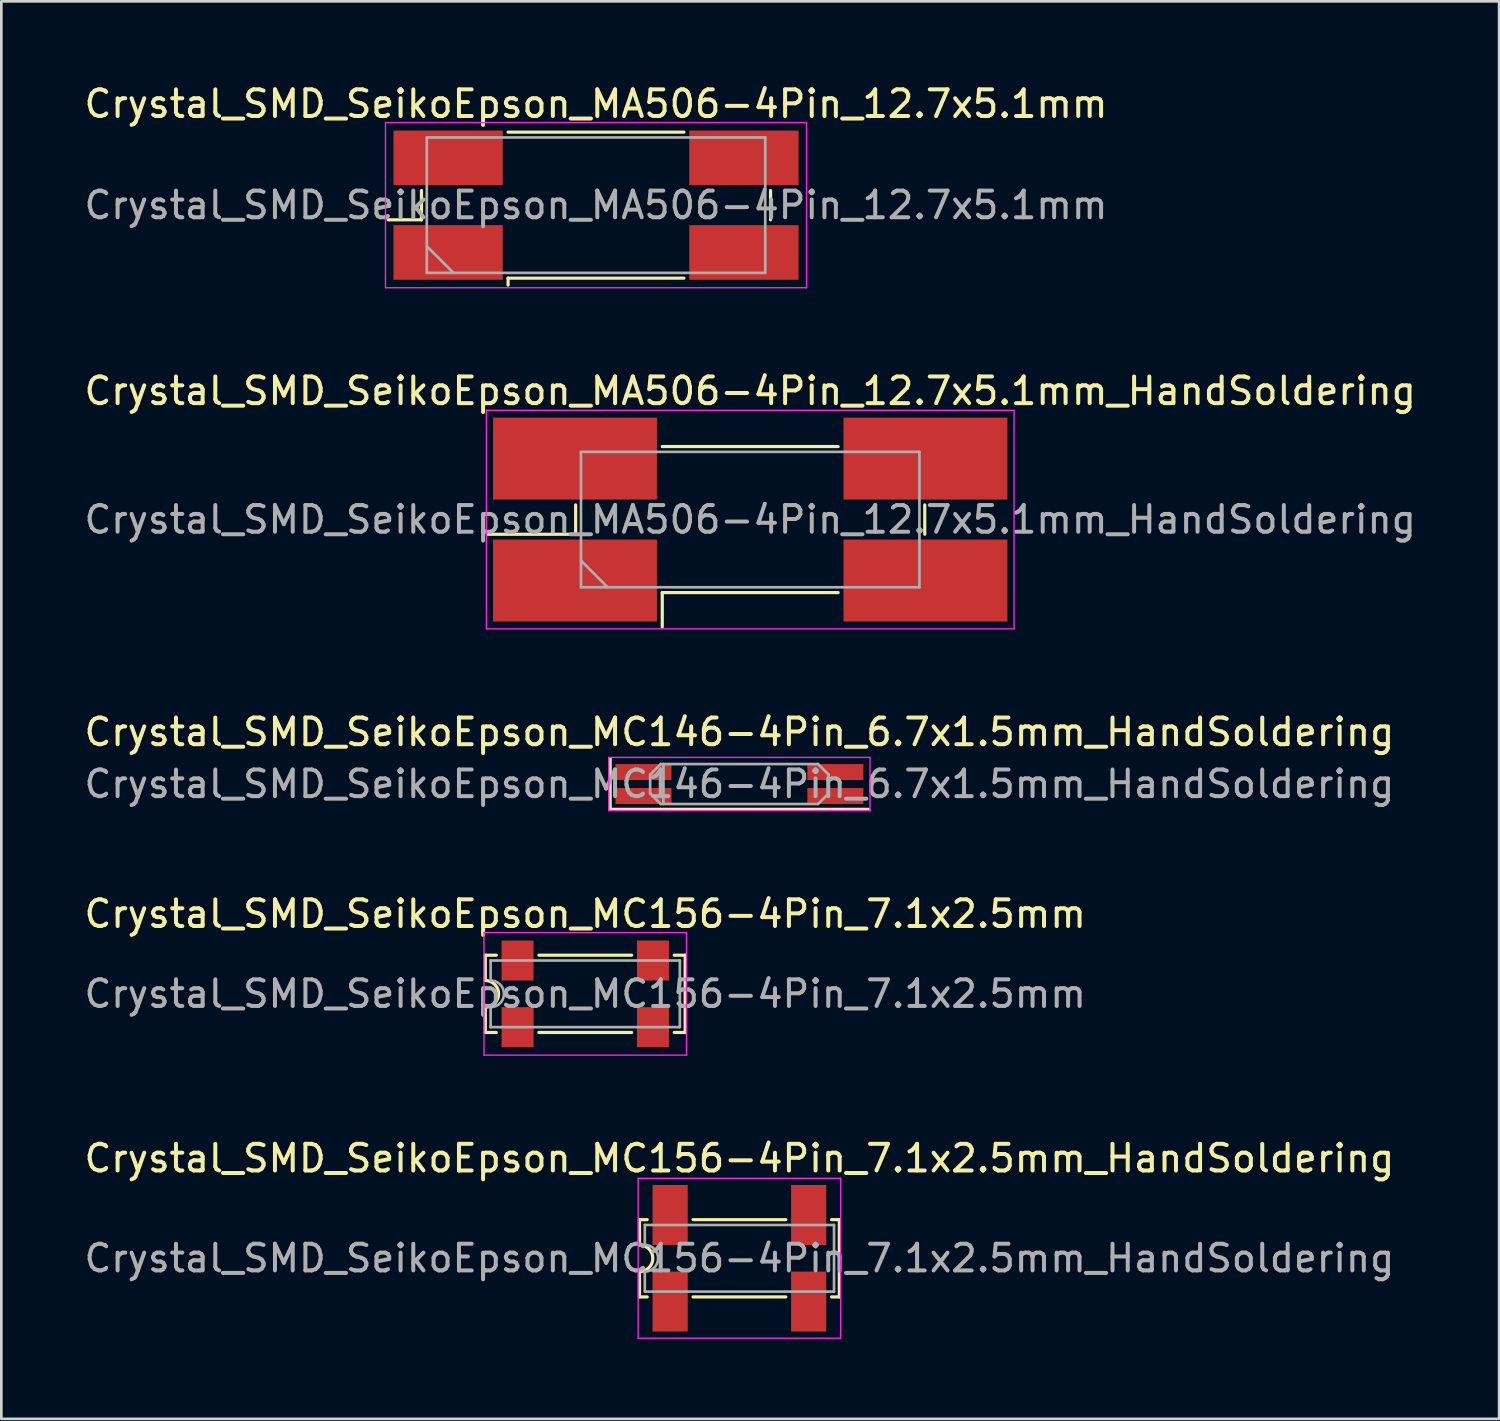
<source format=kicad_pcb>
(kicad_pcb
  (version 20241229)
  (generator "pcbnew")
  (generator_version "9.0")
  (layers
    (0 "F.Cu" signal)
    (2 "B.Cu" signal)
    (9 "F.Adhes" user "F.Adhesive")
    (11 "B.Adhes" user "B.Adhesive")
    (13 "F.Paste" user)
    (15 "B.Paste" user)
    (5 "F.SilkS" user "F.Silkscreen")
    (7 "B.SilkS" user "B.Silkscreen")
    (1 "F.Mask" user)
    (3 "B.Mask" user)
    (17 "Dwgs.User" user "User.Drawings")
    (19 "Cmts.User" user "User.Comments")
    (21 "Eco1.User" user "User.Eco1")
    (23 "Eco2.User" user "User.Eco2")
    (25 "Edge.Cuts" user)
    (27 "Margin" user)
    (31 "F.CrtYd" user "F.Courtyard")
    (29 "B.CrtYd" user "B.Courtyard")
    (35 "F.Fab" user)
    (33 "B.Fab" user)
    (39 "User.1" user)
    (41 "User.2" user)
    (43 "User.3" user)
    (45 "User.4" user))
  (footprint "Crystal_SMD_SeikoEpson_MC156-4Pin_7.1x2.5mm_HandSoldering"
    (layer "F.Cu")
    (at 24.696 44.166)
    (property "Reference" "Crystal_SMD_SeikoEpson_MC156-4Pin_7.1x2.5mm_HandSoldering" (at 0 -3.75 0) (layer "F.SilkS") (effects (font (size 1 1) (thickness 0.15))))
    (attr smd)
    (fp_line (start -3.75 -1.45) (end -3.46 -1.45) (stroke (width 0.12) (type solid)) (layer "F.SilkS"))
    (fp_line (start -3.75 -0.5) (end -3.75 -1.45) (stroke (width 0.12) (type solid)) (layer "F.SilkS"))
    (fp_line (start -3.75 1.45) (end -3.75 0.5) (stroke (width 0.12) (type solid)) (layer "F.SilkS"))
    (fp_line (start -3.75 1.45) (end -3.46 1.45) (stroke (width 0.12) (type solid)) (layer "F.SilkS"))
    (fp_line (start -1.74 -1.45) (end 1.74 -1.45) (stroke (width 0.12) (type solid)) (layer "F.SilkS"))
    (fp_line (start 1.74 1.45) (end -1.74 1.45) (stroke (width 0.12) (type solid)) (layer "F.SilkS"))
    (fp_line (start 3.46 -1.45) (end 3.75 -1.45) (stroke (width 0.12) (type solid)) (layer "F.SilkS"))
    (fp_line (start 3.75 -1.45) (end 3.75 1.45) (stroke (width 0.12) (type solid)) (layer "F.SilkS"))
    (fp_line (start 3.75 1.45) (end 3.46 1.45) (stroke (width 0.12) (type solid)) (layer "F.SilkS"))
    (fp_arc (start -3.75 -0.5) (mid -3.25 0) (end -3.75 0.5) (stroke (width 0.12) (type solid)) (layer "F.SilkS"))
    (fp_line (start -3.8 -3) (end -3.8 3) (stroke (width 0.05) (type solid)) (layer "F.CrtYd"))
    (fp_line (start -3.8 3) (end 3.8 3) (stroke (width 0.05) (type solid)) (layer "F.CrtYd"))
    (fp_line (start 3.8 -3) (end -3.8 -3) (stroke (width 0.05) (type solid)) (layer "F.CrtYd"))
    (fp_line (start 3.8 3) (end 3.8 -3) (stroke (width 0.05) (type solid)) (layer "F.CrtYd"))
    (fp_line (start -3.55 -1.25) (end 3.55 -1.25) (stroke (width 0.1) (type solid)) (layer "F.Fab"))
    (fp_line (start -3.55 -0.5) (end -3.55 -1.25) (stroke (width 0.1) (type solid)) (layer "F.Fab"))
    (fp_line (start -3.55 1.25) (end -3.55 0.5) (stroke (width 0.1) (type solid)) (layer "F.Fab"))
    (fp_line (start 3.55 -1.25) (end 3.55 1.25) (stroke (width 0.1) (type solid)) (layer "F.Fab"))
    (fp_line (start 3.55 1.25) (end -3.55 1.25) (stroke (width 0.1) (type solid)) (layer "F.Fab"))
    (fp_arc (start -3.55 -0.5) (mid -3.05 0) (end -3.55 0.5) (stroke (width 0.1) (type solid)) (layer "F.Fab"))
    (fp_text user "${REFERENCE}" (at 0 0 0) (layer "F.Fab") (effects (font (size 1 1) (thickness 0.15))))
    (pad "1" smd rect (at -2.6 1.625) (size 1.32 2.25) (layers "F.Cu" "F.Mask" "F.Paste"))
    (pad "2" smd rect (at 2.6 1.625) (size 1.32 2.25) (layers "F.Cu" "F.Mask" "F.Paste"))
    (pad "3" smd rect (at 2.6 -1.625) (size 1.32 2.25) (layers "F.Cu" "F.Mask" "F.Paste"))
    (pad "4" smd rect (at -2.6 -1.625) (size 1.32 2.25) (layers "F.Cu" "F.Mask" "F.Paste")))
  (footprint "Crystal_SMD_SeikoEpson_MC156-4Pin_7.1x2.5mm"
    (layer "F.Cu")
    (at 18.911 34.243)
    (property "Reference" "Crystal_SMD_SeikoEpson_MC156-4Pin_7.1x2.5mm" (at 0 -3 0) (layer "F.SilkS") (effects (font (size 1 1) (thickness 0.15))))
    (attr smd)
    (fp_line (start -3.75 -1.45) (end -3.34 -1.45) (stroke (width 0.12) (type solid)) (layer "F.SilkS"))
    (fp_line (start -3.75 -0.5) (end -3.75 -1.45) (stroke (width 0.12) (type solid)) (layer "F.SilkS"))
    (fp_line (start -3.75 1.45) (end -3.75 0.5) (stroke (width 0.12) (type solid)) (layer "F.SilkS"))
    (fp_line (start -3.75 1.45) (end -3.34 1.45) (stroke (width 0.12) (type solid)) (layer "F.SilkS"))
    (fp_line (start -1.74 -1.45) (end 1.74 -1.45) (stroke (width 0.12) (type solid)) (layer "F.SilkS"))
    (fp_line (start 1.74 1.45) (end -1.74 1.45) (stroke (width 0.12) (type solid)) (layer "F.SilkS"))
    (fp_line (start 3.34 -1.45) (end 3.75 -1.45) (stroke (width 0.12) (type solid)) (layer "F.SilkS"))
    (fp_line (start 3.75 -1.45) (end 3.75 1.45) (stroke (width 0.12) (type solid)) (layer "F.SilkS"))
    (fp_line (start 3.75 1.45) (end 3.34 1.45) (stroke (width 0.12) (type solid)) (layer "F.SilkS"))
    (fp_arc (start -3.75 -0.5) (mid -3.25 0) (end -3.75 0.5) (stroke (width 0.12) (type solid)) (layer "F.SilkS"))
    (fp_line (start -3.8 -2.3) (end -3.8 2.3) (stroke (width 0.05) (type solid)) (layer "F.CrtYd"))
    (fp_line (start -3.8 2.3) (end 3.8 2.3) (stroke (width 0.05) (type solid)) (layer "F.CrtYd"))
    (fp_line (start 3.8 -2.3) (end -3.8 -2.3) (stroke (width 0.05) (type solid)) (layer "F.CrtYd"))
    (fp_line (start 3.8 2.3) (end 3.8 -2.3) (stroke (width 0.05) (type solid)) (layer "F.CrtYd"))
    (fp_line (start -3.55 -1.25) (end 3.55 -1.25) (stroke (width 0.1) (type solid)) (layer "F.Fab"))
    (fp_line (start -3.55 -0.5) (end -3.55 -1.25) (stroke (width 0.1) (type solid)) (layer "F.Fab"))
    (fp_line (start -3.55 1.25) (end -3.55 0.5) (stroke (width 0.1) (type solid)) (layer "F.Fab"))
    (fp_line (start 3.55 -1.25) (end 3.55 1.25) (stroke (width 0.1) (type solid)) (layer "F.Fab"))
    (fp_line (start 3.55 1.25) (end -3.55 1.25) (stroke (width 0.1) (type solid)) (layer "F.Fab"))
    (fp_arc (start -3.55 -0.5) (mid -3.05 0) (end -3.55 0.5) (stroke (width 0.1) (type solid)) (layer "F.Fab"))
    (fp_text user "${REFERENCE}" (at 0 0 0) (layer "F.Fab") (effects (font (size 1 1) (thickness 0.15))))
    (pad "1" smd rect (at -2.54 1.25) (size 1.2 1.5) (layers "F.Cu" "F.Mask" "F.Paste"))
    (pad "2" smd rect (at 2.54 1.25) (size 1.2 1.5) (layers "F.Cu" "F.Mask" "F.Paste"))
    (pad "3" smd rect (at 2.54 -1.25) (size 1.2 1.5) (layers "F.Cu" "F.Mask" "F.Paste"))
    (pad "4" smd rect (at -2.54 -1.25) (size 1.2 1.5) (layers "F.Cu" "F.Mask" "F.Paste")))
  (footprint "Crystal_SMD_SeikoEpson_MC146-4Pin_6.7x1.5mm_HandSoldering"
    (layer "F.Cu")
    (at 24.696 26.37)
    (property "Reference" "Crystal_SMD_SeikoEpson_MC146-4Pin_6.7x1.5mm_HandSoldering" (at 0 -1.95 0) (layer "F.SilkS") (effects (font (size 1 1) (thickness 0.15))))
    (attr smd)
    (fp_line (start -4.85 -0.95) (end -4.85 0.95) (stroke (width 0.12) (type solid)) (layer "F.SilkS"))
    (fp_line (start -4.85 0.95) (end 4.85 0.95) (stroke (width 0.12) (type solid)) (layer "F.SilkS"))
    (fp_line (start -4.9 -1) (end -4.9 1) (stroke (width 0.05) (type solid)) (layer "F.CrtYd"))
    (fp_line (start -4.9 1) (end 4.9 1) (stroke (width 0.05) (type solid)) (layer "F.CrtYd"))
    (fp_line (start 4.9 -1) (end -4.9 -1) (stroke (width 0.05) (type solid)) (layer "F.CrtYd"))
    (fp_line (start 4.9 1) (end 4.9 -1) (stroke (width 0.05) (type solid)) (layer "F.CrtYd"))
    (fp_line (start -3.35 -0.35) (end -2.95 -0.75) (stroke (width 0.1) (type solid)) (layer "F.Fab"))
    (fp_line (start -3.35 0.35) (end -3.35 -0.35) (stroke (width 0.1) (type solid)) (layer "F.Fab"))
    (fp_line (start -2.95 -0.75) (end 2.95 -0.75) (stroke (width 0.1) (type solid)) (layer "F.Fab"))
    (fp_line (start -2.95 0.75) (end -3.35 0.35) (stroke (width 0.1) (type solid)) (layer "F.Fab"))
    (fp_line (start -2.85 -0.75) (end -2.85 0.75) (stroke (width 0.1) (type solid)) (layer "F.Fab"))
    (fp_line (start 2.95 -0.75) (end 3.35 -0.35) (stroke (width 0.1) (type solid)) (layer "F.Fab"))
    (fp_line (start 2.95 0.75) (end -2.95 0.75) (stroke (width 0.1) (type solid)) (layer "F.Fab"))
    (fp_line (start 3.35 -0.35) (end 3.35 0.35) (stroke (width 0.1) (type solid)) (layer "F.Fab"))
    (fp_line (start 3.35 0.35) (end 2.95 0.75) (stroke (width 0.1) (type solid)) (layer "F.Fab"))
    (fp_text user "${REFERENCE}" (at 0 0 0) (layer "F.Fab") (effects (font (size 1 1) (thickness 0.15))))
    (pad "1" smd rect (at -3.6 0.45) (size 2.1 0.6) (layers "F.Cu" "F.Mask" "F.Paste"))
    (pad "2" smd rect (at 3.6 0.45) (size 2.1 0.6) (layers "F.Cu" "F.Mask" "F.Paste"))
    (pad "3" smd rect (at 3.6 -0.45) (size 2.1 0.6) (layers "F.Cu" "F.Mask" "F.Paste"))
    (pad "4" smd rect (at -3.6 -0.45) (size 2.1 0.6) (layers "F.Cu" "F.Mask" "F.Paste")))
  (footprint "Crystal_SMD_SeikoEpson_MA506-4Pin_12.7x5.1mm"
    (layer "F.Cu")
    (at 19.315 4.648)
    (property "Reference" "Crystal_SMD_SeikoEpson_MA506-4Pin_12.7x5.1mm" (at 0 -3.8 0) (layer "F.SilkS") (effects (font (size 1 1) (thickness 0.15))))
    (attr smd)
    (fp_line (start -7.8 0.55) (end -6.55 0.55) (stroke (width 0.12) (type solid)) (layer "F.SilkS"))
    (fp_line (start -6.55 0.55) (end -6.55 -0.55) (stroke (width 0.12) (type solid)) (layer "F.SilkS"))
    (fp_line (start -3.3 -2.74) (end 3.3 -2.74) (stroke (width 0.12) (type solid)) (layer "F.SilkS"))
    (fp_line (start -3.3 2.74) (end -3.3 3) (stroke (width 0.12) (type solid)) (layer "F.SilkS"))
    (fp_line (start 3.3 2.74) (end -3.3 2.74) (stroke (width 0.12) (type solid)) (layer "F.SilkS"))
    (fp_line (start 6.55 -0.55) (end 6.55 0.55) (stroke (width 0.12) (type solid)) (layer "F.SilkS"))
    (fp_line (start -7.9 -3.1) (end -7.9 3.1) (stroke (width 0.05) (type solid)) (layer "F.CrtYd"))
    (fp_line (start -7.9 3.1) (end 7.9 3.1) (stroke (width 0.05) (type solid)) (layer "F.CrtYd"))
    (fp_line (start 7.9 -3.1) (end -7.9 -3.1) (stroke (width 0.05) (type solid)) (layer "F.CrtYd"))
    (fp_line (start 7.9 3.1) (end 7.9 -3.1) (stroke (width 0.05) (type solid)) (layer "F.CrtYd"))
    (fp_line (start -6.35 -2.54) (end -6.35 2.54) (stroke (width 0.1) (type solid)) (layer "F.Fab"))
    (fp_line (start -6.35 1.54) (end -5.35 2.54) (stroke (width 0.1) (type solid)) (layer "F.Fab"))
    (fp_line (start -6.35 2.54) (end 6.35 2.54) (stroke (width 0.1) (type solid)) (layer "F.Fab"))
    (fp_line (start 6.35 -2.54) (end -6.35 -2.54) (stroke (width 0.1) (type solid)) (layer "F.Fab"))
    (fp_line (start 6.35 2.54) (end 6.35 -2.54) (stroke (width 0.1) (type solid)) (layer "F.Fab"))
    (fp_text user "${REFERENCE}" (at 0 0 0) (layer "F.Fab") (effects (font (size 1 1) (thickness 0.15))))
    (pad "1" smd rect (at -5.55 1.775) (size 4.1 2.05) (layers "F.Cu" "F.Mask" "F.Paste"))
    (pad "2" smd rect (at 5.55 1.775) (size 4.1 2.05) (layers "F.Cu" "F.Mask" "F.Paste"))
    (pad "3" smd rect (at 5.55 -1.775) (size 4.1 2.05) (layers "F.Cu" "F.Mask" "F.Paste"))
    (pad "4" smd rect (at -5.55 -1.775) (size 4.1 2.05) (layers "F.Cu" "F.Mask" "F.Paste")))
  (footprint "Crystal_SMD_SeikoEpson_MA506-4Pin_12.7x5.1mm_HandSoldering"
    (layer "F.Cu")
    (at 25.101 16.447)
    (property "Reference" "Crystal_SMD_SeikoEpson_MA506-4Pin_12.7x5.1mm_HandSoldering" (at 0 -4.825 0) (layer "F.SilkS") (effects (font (size 1 1) (thickness 0.15))))
    (attr smd)
    (fp_line (start -9.85 0.55) (end -6.55 0.55) (stroke (width 0.12) (type solid)) (layer "F.SilkS"))
    (fp_line (start -6.55 0.55) (end -6.55 -0.55) (stroke (width 0.12) (type solid)) (layer "F.SilkS"))
    (fp_line (start -3.3 -2.74) (end 3.3 -2.74) (stroke (width 0.12) (type solid)) (layer "F.SilkS"))
    (fp_line (start -3.3 2.74) (end -3.3 4.025) (stroke (width 0.12) (type solid)) (layer "F.SilkS"))
    (fp_line (start 3.3 2.74) (end -3.3 2.74) (stroke (width 0.12) (type solid)) (layer "F.SilkS"))
    (fp_line (start 6.55 -0.55) (end 6.55 0.55) (stroke (width 0.12) (type solid)) (layer "F.SilkS"))
    (fp_line (start -9.9 -4.1) (end -9.9 4.1) (stroke (width 0.05) (type solid)) (layer "F.CrtYd"))
    (fp_line (start -9.9 4.1) (end 9.9 4.1) (stroke (width 0.05) (type solid)) (layer "F.CrtYd"))
    (fp_line (start 9.9 -4.1) (end -9.9 -4.1) (stroke (width 0.05) (type solid)) (layer "F.CrtYd"))
    (fp_line (start 9.9 4.1) (end 9.9 -4.1) (stroke (width 0.05) (type solid)) (layer "F.CrtYd"))
    (fp_line (start -6.35 -2.54) (end -6.35 2.54) (stroke (width 0.1) (type solid)) (layer "F.Fab"))
    (fp_line (start -6.35 1.54) (end -5.35 2.54) (stroke (width 0.1) (type solid)) (layer "F.Fab"))
    (fp_line (start -6.35 2.54) (end 6.35 2.54) (stroke (width 0.1) (type solid)) (layer "F.Fab"))
    (fp_line (start 6.35 -2.54) (end -6.35 -2.54) (stroke (width 0.1) (type solid)) (layer "F.Fab"))
    (fp_line (start 6.35 2.54) (end 6.35 -2.54) (stroke (width 0.1) (type solid)) (layer "F.Fab"))
    (fp_text user "${REFERENCE}" (at 0 0 0) (layer "F.Fab") (effects (font (size 1 1) (thickness 0.15))))
    (pad "1" smd rect (at -6.575 2.288) (size 6.15 3.075) (layers "F.Cu" "F.Mask" "F.Paste"))
    (pad "2" smd rect (at 6.575 2.288) (size 6.15 3.075) (layers "F.Cu" "F.Mask" "F.Paste"))
    (pad "3" smd rect (at 6.575 -2.288) (size 6.15 3.075) (layers "F.Cu" "F.Mask" "F.Paste"))
    (pad "4" smd rect (at -6.575 -2.288) (size 6.15 3.075) (layers "F.Cu" "F.Mask" "F.Paste")))
  (gr_rect
    (start -3 -3)
    (end 53.202 50.191)
    (stroke (width 0.1) (type default))
    (fill no)
    (layer "Edge.Cuts")))
</source>
